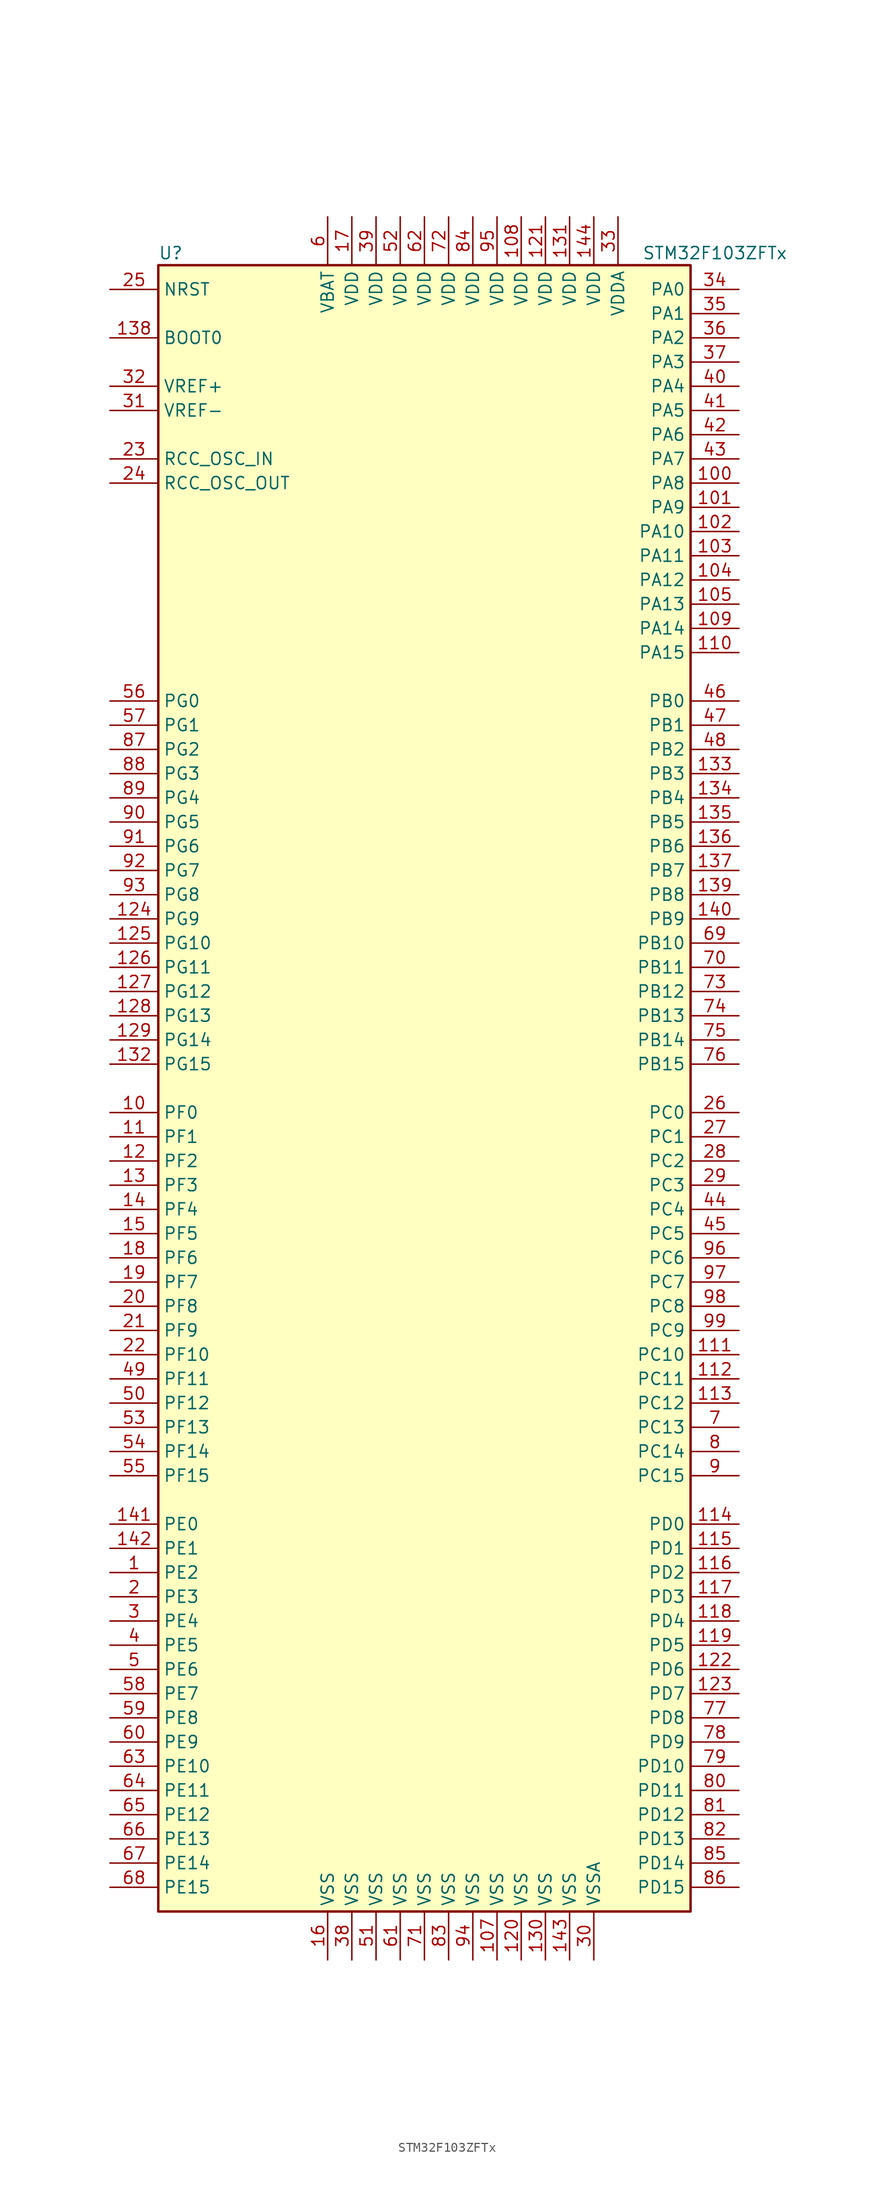
<source format=kicad_sym>
(kicad_symbol_lib
  (version 20211014)
  (generator kicad_symbol_editor)
  (symbol "STM32F103ZFTx"
    (property "Reference" "U"
      (at -27.94 87.63 0)
      (effects (font (size 1.27 1.27)) (justify left)))
    (property "Value" "STM32F103ZFTx"
      (at 22.86 87.63 0)
      (effects (font (size 1.27 1.27)) (justify left)))
    (symbol "STM32F103ZFTx_0_1"
      (rectangle (start -27.94 -86.36) (end 27.94 86.36) (stroke (width 0.254) (type default) (color 0 0 0 0)) (fill (type background))))
    (symbol "STM32F103ZFTx_1_1"
      (pin bidirectional line (at -33.02 -50.8 0) (length 5.08) (name "PE2" (effects (font (size 1.27 1.27)))) (number "1" (effects (font (size 1.27 1.27)))))
      (pin bidirectional line (at -33.02 -2.54 0) (length 5.08) (name "PF0" (effects (font (size 1.27 1.27)))) (number "10" (effects (font (size 1.27 1.27)))))
      (pin bidirectional line (at 33.02 63.5 180) (length 5.08) (name "PA8" (effects (font (size 1.27 1.27)))) (number "100" (effects (font (size 1.27 1.27)))))
      (pin bidirectional line (at 33.02 60.96 180) (length 5.08) (name "PA9" (effects (font (size 1.27 1.27)))) (number "101" (effects (font (size 1.27 1.27)))))
      (pin bidirectional line (at 33.02 58.42 180) (length 5.08) (name "PA10" (effects (font (size 1.27 1.27)))) (number "102" (effects (font (size 1.27 1.27)))))
      (pin bidirectional line (at 33.02 55.88 180) (length 5.08) (name "PA11" (effects (font (size 1.27 1.27)))) (number "103" (effects (font (size 1.27 1.27)))))
      (pin bidirectional line (at 33.02 53.34 180) (length 5.08) (name "PA12" (effects (font (size 1.27 1.27)))) (number "104" (effects (font (size 1.27 1.27)))))
      (pin bidirectional line (at 33.02 50.8 180) (length 5.08) (name "PA13" (effects (font (size 1.27 1.27)))) (number "105" (effects (font (size 1.27 1.27)))))
      (pin no_connect line (at -27.94 -83.82 0) (length 5.08) hide (name "NC" (effects (font (size 1.27 1.27)))) (number "106" (effects (font (size 1.27 1.27)))))
      (pin power_in line (at 7.62 -91.44 90) (length 5.08) (name "VSS" (effects (font (size 1.27 1.27)))) (number "107" (effects (font (size 1.27 1.27)))))
      (pin power_in line (at 10.16 91.44 270) (length 5.08) (name "VDD" (effects (font (size 1.27 1.27)))) (number "108" (effects (font (size 1.27 1.27)))))
      (pin bidirectional line (at 33.02 48.26 180) (length 5.08) (name "PA14" (effects (font (size 1.27 1.27)))) (number "109" (effects (font (size 1.27 1.27)))))
      (pin bidirectional line (at -33.02 -5.08 0) (length 5.08) (name "PF1" (effects (font (size 1.27 1.27)))) (number "11" (effects (font (size 1.27 1.27)))))
      (pin bidirectional line (at 33.02 45.72 180) (length 5.08) (name "PA15" (effects (font (size 1.27 1.27)))) (number "110" (effects (font (size 1.27 1.27)))))
      (pin bidirectional line (at 33.02 -27.94 180) (length 5.08) (name "PC10" (effects (font (size 1.27 1.27)))) (number "111" (effects (font (size 1.27 1.27)))))
      (pin bidirectional line (at 33.02 -30.48 180) (length 5.08) (name "PC11" (effects (font (size 1.27 1.27)))) (number "112" (effects (font (size 1.27 1.27)))))
      (pin bidirectional line (at 33.02 -33.02 180) (length 5.08) (name "PC12" (effects (font (size 1.27 1.27)))) (number "113" (effects (font (size 1.27 1.27)))))
      (pin bidirectional line (at 33.02 -45.72 180) (length 5.08) (name "PD0" (effects (font (size 1.27 1.27)))) (number "114" (effects (font (size 1.27 1.27)))))
      (pin bidirectional line (at 33.02 -48.26 180) (length 5.08) (name "PD1" (effects (font (size 1.27 1.27)))) (number "115" (effects (font (size 1.27 1.27)))))
      (pin bidirectional line (at 33.02 -50.8 180) (length 5.08) (name "PD2" (effects (font (size 1.27 1.27)))) (number "116" (effects (font (size 1.27 1.27)))))
      (pin bidirectional line (at 33.02 -53.34 180) (length 5.08) (name "PD3" (effects (font (size 1.27 1.27)))) (number "117" (effects (font (size 1.27 1.27)))))
      (pin bidirectional line (at 33.02 -55.88 180) (length 5.08) (name "PD4" (effects (font (size 1.27 1.27)))) (number "118" (effects (font (size 1.27 1.27)))))
      (pin bidirectional line (at 33.02 -58.42 180) (length 5.08) (name "PD5" (effects (font (size 1.27 1.27)))) (number "119" (effects (font (size 1.27 1.27)))))
      (pin bidirectional line (at -33.02 -7.62 0) (length 5.08) (name "PF2" (effects (font (size 1.27 1.27)))) (number "12" (effects (font (size 1.27 1.27)))))
      (pin power_in line (at 10.16 -91.44 90) (length 5.08) (name "VSS" (effects (font (size 1.27 1.27)))) (number "120" (effects (font (size 1.27 1.27)))))
      (pin power_in line (at 12.7 91.44 270) (length 5.08) (name "VDD" (effects (font (size 1.27 1.27)))) (number "121" (effects (font (size 1.27 1.27)))))
      (pin bidirectional line (at 33.02 -60.96 180) (length 5.08) (name "PD6" (effects (font (size 1.27 1.27)))) (number "122" (effects (font (size 1.27 1.27)))))
      (pin bidirectional line (at 33.02 -63.5 180) (length 5.08) (name "PD7" (effects (font (size 1.27 1.27)))) (number "123" (effects (font (size 1.27 1.27)))))
      (pin bidirectional line (at -33.02 17.78 0) (length 5.08) (name "PG9" (effects (font (size 1.27 1.27)))) (number "124" (effects (font (size 1.27 1.27)))))
      (pin bidirectional line (at -33.02 15.24 0) (length 5.08) (name "PG10" (effects (font (size 1.27 1.27)))) (number "125" (effects (font (size 1.27 1.27)))))
      (pin bidirectional line (at -33.02 12.7 0) (length 5.08) (name "PG11" (effects (font (size 1.27 1.27)))) (number "126" (effects (font (size 1.27 1.27)))))
      (pin bidirectional line (at -33.02 10.16 0) (length 5.08) (name "PG12" (effects (font (size 1.27 1.27)))) (number "127" (effects (font (size 1.27 1.27)))))
      (pin bidirectional line (at -33.02 7.62 0) (length 5.08) (name "PG13" (effects (font (size 1.27 1.27)))) (number "128" (effects (font (size 1.27 1.27)))))
      (pin bidirectional line (at -33.02 5.08 0) (length 5.08) (name "PG14" (effects (font (size 1.27 1.27)))) (number "129" (effects (font (size 1.27 1.27)))))
      (pin bidirectional line (at -33.02 -10.16 0) (length 5.08) (name "PF3" (effects (font (size 1.27 1.27)))) (number "13" (effects (font (size 1.27 1.27)))))
      (pin power_in line (at 12.7 -91.44 90) (length 5.08) (name "VSS" (effects (font (size 1.27 1.27)))) (number "130" (effects (font (size 1.27 1.27)))))
      (pin power_in line (at 15.24 91.44 270) (length 5.08) (name "VDD" (effects (font (size 1.27 1.27)))) (number "131" (effects (font (size 1.27 1.27)))))
      (pin bidirectional line (at -33.02 2.54 0) (length 5.08) (name "PG15" (effects (font (size 1.27 1.27)))) (number "132" (effects (font (size 1.27 1.27)))))
      (pin bidirectional line (at 33.02 33.02 180) (length 5.08) (name "PB3" (effects (font (size 1.27 1.27)))) (number "133" (effects (font (size 1.27 1.27)))))
      (pin bidirectional line (at 33.02 30.48 180) (length 5.08) (name "PB4" (effects (font (size 1.27 1.27)))) (number "134" (effects (font (size 1.27 1.27)))))
      (pin bidirectional line (at 33.02 27.94 180) (length 5.08) (name "PB5" (effects (font (size 1.27 1.27)))) (number "135" (effects (font (size 1.27 1.27)))))
      (pin bidirectional line (at 33.02 25.4 180) (length 5.08) (name "PB6" (effects (font (size 1.27 1.27)))) (number "136" (effects (font (size 1.27 1.27)))))
      (pin bidirectional line (at 33.02 22.86 180) (length 5.08) (name "PB7" (effects (font (size 1.27 1.27)))) (number "137" (effects (font (size 1.27 1.27)))))
      (pin input line (at -33.02 78.74 0) (length 5.08) (name "BOOT0" (effects (font (size 1.27 1.27)))) (number "138" (effects (font (size 1.27 1.27)))))
      (pin bidirectional line (at 33.02 20.32 180) (length 5.08) (name "PB8" (effects (font (size 1.27 1.27)))) (number "139" (effects (font (size 1.27 1.27)))))
      (pin bidirectional line (at -33.02 -12.7 0) (length 5.08) (name "PF4" (effects (font (size 1.27 1.27)))) (number "14" (effects (font (size 1.27 1.27)))))
      (pin bidirectional line (at 33.02 17.78 180) (length 5.08) (name "PB9" (effects (font (size 1.27 1.27)))) (number "140" (effects (font (size 1.27 1.27)))))
      (pin bidirectional line (at -33.02 -45.72 0) (length 5.08) (name "PE0" (effects (font (size 1.27 1.27)))) (number "141" (effects (font (size 1.27 1.27)))))
      (pin bidirectional line (at -33.02 -48.26 0) (length 5.08) (name "PE1" (effects (font (size 1.27 1.27)))) (number "142" (effects (font (size 1.27 1.27)))))
      (pin power_in line (at 15.24 -91.44 90) (length 5.08) (name "VSS" (effects (font (size 1.27 1.27)))) (number "143" (effects (font (size 1.27 1.27)))))
      (pin power_in line (at 17.78 91.44 270) (length 5.08) (name "VDD" (effects (font (size 1.27 1.27)))) (number "144" (effects (font (size 1.27 1.27)))))
      (pin bidirectional line (at -33.02 -15.24 0) (length 5.08) (name "PF5" (effects (font (size 1.27 1.27)))) (number "15" (effects (font (size 1.27 1.27)))))
      (pin power_in line (at -10.16 -91.44 90) (length 5.08) (name "VSS" (effects (font (size 1.27 1.27)))) (number "16" (effects (font (size 1.27 1.27)))))
      (pin power_in line (at -7.62 91.44 270) (length 5.08) (name "VDD" (effects (font (size 1.27 1.27)))) (number "17" (effects (font (size 1.27 1.27)))))
      (pin bidirectional line (at -33.02 -17.78 0) (length 5.08) (name "PF6" (effects (font (size 1.27 1.27)))) (number "18" (effects (font (size 1.27 1.27)))))
      (pin bidirectional line (at -33.02 -20.32 0) (length 5.08) (name "PF7" (effects (font (size 1.27 1.27)))) (number "19" (effects (font (size 1.27 1.27)))))
      (pin bidirectional line (at -33.02 -53.34 0) (length 5.08) (name "PE3" (effects (font (size 1.27 1.27)))) (number "2" (effects (font (size 1.27 1.27)))))
      (pin bidirectional line (at -33.02 -22.86 0) (length 5.08) (name "PF8" (effects (font (size 1.27 1.27)))) (number "20" (effects (font (size 1.27 1.27)))))
      (pin bidirectional line (at -33.02 -25.4 0) (length 5.08) (name "PF9" (effects (font (size 1.27 1.27)))) (number "21" (effects (font (size 1.27 1.27)))))
      (pin bidirectional line (at -33.02 -27.94 0) (length 5.08) (name "PF10" (effects (font (size 1.27 1.27)))) (number "22" (effects (font (size 1.27 1.27)))))
      (pin input line (at -33.02 66.04 0) (length 5.08) (name "RCC_OSC_IN" (effects (font (size 1.27 1.27)))) (number "23" (effects (font (size 1.27 1.27)))))
      (pin input line (at -33.02 63.5 0) (length 5.08) (name "RCC_OSC_OUT" (effects (font (size 1.27 1.27)))) (number "24" (effects (font (size 1.27 1.27)))))
      (pin input line (at -33.02 83.82 0) (length 5.08) (name "NRST" (effects (font (size 1.27 1.27)))) (number "25" (effects (font (size 1.27 1.27)))))
      (pin bidirectional line (at 33.02 -2.54 180) (length 5.08) (name "PC0" (effects (font (size 1.27 1.27)))) (number "26" (effects (font (size 1.27 1.27)))))
      (pin bidirectional line (at 33.02 -5.08 180) (length 5.08) (name "PC1" (effects (font (size 1.27 1.27)))) (number "27" (effects (font (size 1.27 1.27)))))
      (pin bidirectional line (at 33.02 -7.62 180) (length 5.08) (name "PC2" (effects (font (size 1.27 1.27)))) (number "28" (effects (font (size 1.27 1.27)))))
      (pin bidirectional line (at 33.02 -10.16 180) (length 5.08) (name "PC3" (effects (font (size 1.27 1.27)))) (number "29" (effects (font (size 1.27 1.27)))))
      (pin bidirectional line (at -33.02 -55.88 0) (length 5.08) (name "PE4" (effects (font (size 1.27 1.27)))) (number "3" (effects (font (size 1.27 1.27)))))
      (pin power_in line (at 17.78 -91.44 90) (length 5.08) (name "VSSA" (effects (font (size 1.27 1.27)))) (number "30" (effects (font (size 1.27 1.27)))))
      (pin power_in line (at -33.02 71.12 0) (length 5.08) (name "VREF-" (effects (font (size 1.27 1.27)))) (number "31" (effects (font (size 1.27 1.27)))))
      (pin power_in line (at -33.02 73.66 0) (length 5.08) (name "VREF+" (effects (font (size 1.27 1.27)))) (number "32" (effects (font (size 1.27 1.27)))))
      (pin power_in line (at 20.32 91.44 270) (length 5.08) (name "VDDA" (effects (font (size 1.27 1.27)))) (number "33" (effects (font (size 1.27 1.27)))))
      (pin bidirectional line (at 33.02 83.82 180) (length 5.08) (name "PA0" (effects (font (size 1.27 1.27)))) (number "34" (effects (font (size 1.27 1.27)))))
      (pin bidirectional line (at 33.02 81.28 180) (length 5.08) (name "PA1" (effects (font (size 1.27 1.27)))) (number "35" (effects (font (size 1.27 1.27)))))
      (pin bidirectional line (at 33.02 78.74 180) (length 5.08) (name "PA2" (effects (font (size 1.27 1.27)))) (number "36" (effects (font (size 1.27 1.27)))))
      (pin bidirectional line (at 33.02 76.2 180) (length 5.08) (name "PA3" (effects (font (size 1.27 1.27)))) (number "37" (effects (font (size 1.27 1.27)))))
      (pin power_in line (at -7.62 -91.44 90) (length 5.08) (name "VSS" (effects (font (size 1.27 1.27)))) (number "38" (effects (font (size 1.27 1.27)))))
      (pin power_in line (at -5.08 91.44 270) (length 5.08) (name "VDD" (effects (font (size 1.27 1.27)))) (number "39" (effects (font (size 1.27 1.27)))))
      (pin bidirectional line (at -33.02 -58.42 0) (length 5.08) (name "PE5" (effects (font (size 1.27 1.27)))) (number "4" (effects (font (size 1.27 1.27)))))
      (pin bidirectional line (at 33.02 73.66 180) (length 5.08) (name "PA4" (effects (font (size 1.27 1.27)))) (number "40" (effects (font (size 1.27 1.27)))))
      (pin bidirectional line (at 33.02 71.12 180) (length 5.08) (name "PA5" (effects (font (size 1.27 1.27)))) (number "41" (effects (font (size 1.27 1.27)))))
      (pin bidirectional line (at 33.02 68.58 180) (length 5.08) (name "PA6" (effects (font (size 1.27 1.27)))) (number "42" (effects (font (size 1.27 1.27)))))
      (pin bidirectional line (at 33.02 66.04 180) (length 5.08) (name "PA7" (effects (font (size 1.27 1.27)))) (number "43" (effects (font (size 1.27 1.27)))))
      (pin bidirectional line (at 33.02 -12.7 180) (length 5.08) (name "PC4" (effects (font (size 1.27 1.27)))) (number "44" (effects (font (size 1.27 1.27)))))
      (pin bidirectional line (at 33.02 -15.24 180) (length 5.08) (name "PC5" (effects (font (size 1.27 1.27)))) (number "45" (effects (font (size 1.27 1.27)))))
      (pin bidirectional line (at 33.02 40.64 180) (length 5.08) (name "PB0" (effects (font (size 1.27 1.27)))) (number "46" (effects (font (size 1.27 1.27)))))
      (pin bidirectional line (at 33.02 38.1 180) (length 5.08) (name "PB1" (effects (font (size 1.27 1.27)))) (number "47" (effects (font (size 1.27 1.27)))))
      (pin bidirectional line (at 33.02 35.56 180) (length 5.08) (name "PB2" (effects (font (size 1.27 1.27)))) (number "48" (effects (font (size 1.27 1.27)))))
      (pin bidirectional line (at -33.02 -30.48 0) (length 5.08) (name "PF11" (effects (font (size 1.27 1.27)))) (number "49" (effects (font (size 1.27 1.27)))))
      (pin bidirectional line (at -33.02 -60.96 0) (length 5.08) (name "PE6" (effects (font (size 1.27 1.27)))) (number "5" (effects (font (size 1.27 1.27)))))
      (pin bidirectional line (at -33.02 -33.02 0) (length 5.08) (name "PF12" (effects (font (size 1.27 1.27)))) (number "50" (effects (font (size 1.27 1.27)))))
      (pin power_in line (at -5.08 -91.44 90) (length 5.08) (name "VSS" (effects (font (size 1.27 1.27)))) (number "51" (effects (font (size 1.27 1.27)))))
      (pin power_in line (at -2.54 91.44 270) (length 5.08) (name "VDD" (effects (font (size 1.27 1.27)))) (number "52" (effects (font (size 1.27 1.27)))))
      (pin bidirectional line (at -33.02 -35.56 0) (length 5.08) (name "PF13" (effects (font (size 1.27 1.27)))) (number "53" (effects (font (size 1.27 1.27)))))
      (pin bidirectional line (at -33.02 -38.1 0) (length 5.08) (name "PF14" (effects (font (size 1.27 1.27)))) (number "54" (effects (font (size 1.27 1.27)))))
      (pin bidirectional line (at -33.02 -40.64 0) (length 5.08) (name "PF15" (effects (font (size 1.27 1.27)))) (number "55" (effects (font (size 1.27 1.27)))))
      (pin bidirectional line (at -33.02 40.64 0) (length 5.08) (name "PG0" (effects (font (size 1.27 1.27)))) (number "56" (effects (font (size 1.27 1.27)))))
      (pin bidirectional line (at -33.02 38.1 0) (length 5.08) (name "PG1" (effects (font (size 1.27 1.27)))) (number "57" (effects (font (size 1.27 1.27)))))
      (pin bidirectional line (at -33.02 -63.5 0) (length 5.08) (name "PE7" (effects (font (size 1.27 1.27)))) (number "58" (effects (font (size 1.27 1.27)))))
      (pin bidirectional line (at -33.02 -66.04 0) (length 5.08) (name "PE8" (effects (font (size 1.27 1.27)))) (number "59" (effects (font (size 1.27 1.27)))))
      (pin power_in line (at -10.16 91.44 270) (length 5.08) (name "VBAT" (effects (font (size 1.27 1.27)))) (number "6" (effects (font (size 1.27 1.27)))))
      (pin bidirectional line (at -33.02 -68.58 0) (length 5.08) (name "PE9" (effects (font (size 1.27 1.27)))) (number "60" (effects (font (size 1.27 1.27)))))
      (pin power_in line (at -2.54 -91.44 90) (length 5.08) (name "VSS" (effects (font (size 1.27 1.27)))) (number "61" (effects (font (size 1.27 1.27)))))
      (pin power_in line (at 0 91.44 270) (length 5.08) (name "VDD" (effects (font (size 1.27 1.27)))) (number "62" (effects (font (size 1.27 1.27)))))
      (pin bidirectional line (at -33.02 -71.12 0) (length 5.08) (name "PE10" (effects (font (size 1.27 1.27)))) (number "63" (effects (font (size 1.27 1.27)))))
      (pin bidirectional line (at -33.02 -73.66 0) (length 5.08) (name "PE11" (effects (font (size 1.27 1.27)))) (number "64" (effects (font (size 1.27 1.27)))))
      (pin bidirectional line (at -33.02 -76.2 0) (length 5.08) (name "PE12" (effects (font (size 1.27 1.27)))) (number "65" (effects (font (size 1.27 1.27)))))
      (pin bidirectional line (at -33.02 -78.74 0) (length 5.08) (name "PE13" (effects (font (size 1.27 1.27)))) (number "66" (effects (font (size 1.27 1.27)))))
      (pin bidirectional line (at -33.02 -81.28 0) (length 5.08) (name "PE14" (effects (font (size 1.27 1.27)))) (number "67" (effects (font (size 1.27 1.27)))))
      (pin bidirectional line (at -33.02 -83.82 0) (length 5.08) (name "PE15" (effects (font (size 1.27 1.27)))) (number "68" (effects (font (size 1.27 1.27)))))
      (pin bidirectional line (at 33.02 15.24 180) (length 5.08) (name "PB10" (effects (font (size 1.27 1.27)))) (number "69" (effects (font (size 1.27 1.27)))))
      (pin bidirectional line (at 33.02 -35.56 180) (length 5.08) (name "PC13" (effects (font (size 1.27 1.27)))) (number "7" (effects (font (size 1.27 1.27)))))
      (pin bidirectional line (at 33.02 12.7 180) (length 5.08) (name "PB11" (effects (font (size 1.27 1.27)))) (number "70" (effects (font (size 1.27 1.27)))))
      (pin power_in line (at 0 -91.44 90) (length 5.08) (name "VSS" (effects (font (size 1.27 1.27)))) (number "71" (effects (font (size 1.27 1.27)))))
      (pin power_in line (at 2.54 91.44 270) (length 5.08) (name "VDD" (effects (font (size 1.27 1.27)))) (number "72" (effects (font (size 1.27 1.27)))))
      (pin bidirectional line (at 33.02 10.16 180) (length 5.08) (name "PB12" (effects (font (size 1.27 1.27)))) (number "73" (effects (font (size 1.27 1.27)))))
      (pin bidirectional line (at 33.02 7.62 180) (length 5.08) (name "PB13" (effects (font (size 1.27 1.27)))) (number "74" (effects (font (size 1.27 1.27)))))
      (pin bidirectional line (at 33.02 5.08 180) (length 5.08) (name "PB14" (effects (font (size 1.27 1.27)))) (number "75" (effects (font (size 1.27 1.27)))))
      (pin bidirectional line (at 33.02 2.54 180) (length 5.08) (name "PB15" (effects (font (size 1.27 1.27)))) (number "76" (effects (font (size 1.27 1.27)))))
      (pin bidirectional line (at 33.02 -66.04 180) (length 5.08) (name "PD8" (effects (font (size 1.27 1.27)))) (number "77" (effects (font (size 1.27 1.27)))))
      (pin bidirectional line (at 33.02 -68.58 180) (length 5.08) (name "PD9" (effects (font (size 1.27 1.27)))) (number "78" (effects (font (size 1.27 1.27)))))
      (pin bidirectional line (at 33.02 -71.12 180) (length 5.08) (name "PD10" (effects (font (size 1.27 1.27)))) (number "79" (effects (font (size 1.27 1.27)))))
      (pin bidirectional line (at 33.02 -38.1 180) (length 5.08) (name "PC14" (effects (font (size 1.27 1.27)))) (number "8" (effects (font (size 1.27 1.27)))))
      (pin bidirectional line (at 33.02 -73.66 180) (length 5.08) (name "PD11" (effects (font (size 1.27 1.27)))) (number "80" (effects (font (size 1.27 1.27)))))
      (pin bidirectional line (at 33.02 -76.2 180) (length 5.08) (name "PD12" (effects (font (size 1.27 1.27)))) (number "81" (effects (font (size 1.27 1.27)))))
      (pin bidirectional line (at 33.02 -78.74 180) (length 5.08) (name "PD13" (effects (font (size 1.27 1.27)))) (number "82" (effects (font (size 1.27 1.27)))))
      (pin power_in line (at 2.54 -91.44 90) (length 5.08) (name "VSS" (effects (font (size 1.27 1.27)))) (number "83" (effects (font (size 1.27 1.27)))))
      (pin power_in line (at 5.08 91.44 270) (length 5.08) (name "VDD" (effects (font (size 1.27 1.27)))) (number "84" (effects (font (size 1.27 1.27)))))
      (pin bidirectional line (at 33.02 -81.28 180) (length 5.08) (name "PD14" (effects (font (size 1.27 1.27)))) (number "85" (effects (font (size 1.27 1.27)))))
      (pin bidirectional line (at 33.02 -83.82 180) (length 5.08) (name "PD15" (effects (font (size 1.27 1.27)))) (number "86" (effects (font (size 1.27 1.27)))))
      (pin bidirectional line (at -33.02 35.56 0) (length 5.08) (name "PG2" (effects (font (size 1.27 1.27)))) (number "87" (effects (font (size 1.27 1.27)))))
      (pin bidirectional line (at -33.02 33.02 0) (length 5.08) (name "PG3" (effects (font (size 1.27 1.27)))) (number "88" (effects (font (size 1.27 1.27)))))
      (pin bidirectional line (at -33.02 30.48 0) (length 5.08) (name "PG4" (effects (font (size 1.27 1.27)))) (number "89" (effects (font (size 1.27 1.27)))))
      (pin bidirectional line (at 33.02 -40.64 180) (length 5.08) (name "PC15" (effects (font (size 1.27 1.27)))) (number "9" (effects (font (size 1.27 1.27)))))
      (pin bidirectional line (at -33.02 27.94 0) (length 5.08) (name "PG5" (effects (font (size 1.27 1.27)))) (number "90" (effects (font (size 1.27 1.27)))))
      (pin bidirectional line (at -33.02 25.4 0) (length 5.08) (name "PG6" (effects (font (size 1.27 1.27)))) (number "91" (effects (font (size 1.27 1.27)))))
      (pin bidirectional line (at -33.02 22.86 0) (length 5.08) (name "PG7" (effects (font (size 1.27 1.27)))) (number "92" (effects (font (size 1.27 1.27)))))
      (pin bidirectional line (at -33.02 20.32 0) (length 5.08) (name "PG8" (effects (font (size 1.27 1.27)))) (number "93" (effects (font (size 1.27 1.27)))))
      (pin power_in line (at 5.08 -91.44 90) (length 5.08) (name "VSS" (effects (font (size 1.27 1.27)))) (number "94" (effects (font (size 1.27 1.27)))))
      (pin power_in line (at 7.62 91.44 270) (length 5.08) (name "VDD" (effects (font (size 1.27 1.27)))) (number "95" (effects (font (size 1.27 1.27)))))
      (pin bidirectional line (at 33.02 -17.78 180) (length 5.08) (name "PC6" (effects (font (size 1.27 1.27)))) (number "96" (effects (font (size 1.27 1.27)))))
      (pin bidirectional line (at 33.02 -20.32 180) (length 5.08) (name "PC7" (effects (font (size 1.27 1.27)))) (number "97" (effects (font (size 1.27 1.27)))))
      (pin bidirectional line (at 33.02 -22.86 180) (length 5.08) (name "PC8" (effects (font (size 1.27 1.27)))) (number "98" (effects (font (size 1.27 1.27)))))
      (pin bidirectional line (at 33.02 -25.4 180) (length 5.08) (name "PC9" (effects (font (size 1.27 1.27)))) (number "99" (effects (font (size 1.27 1.27))))))))
</source>
